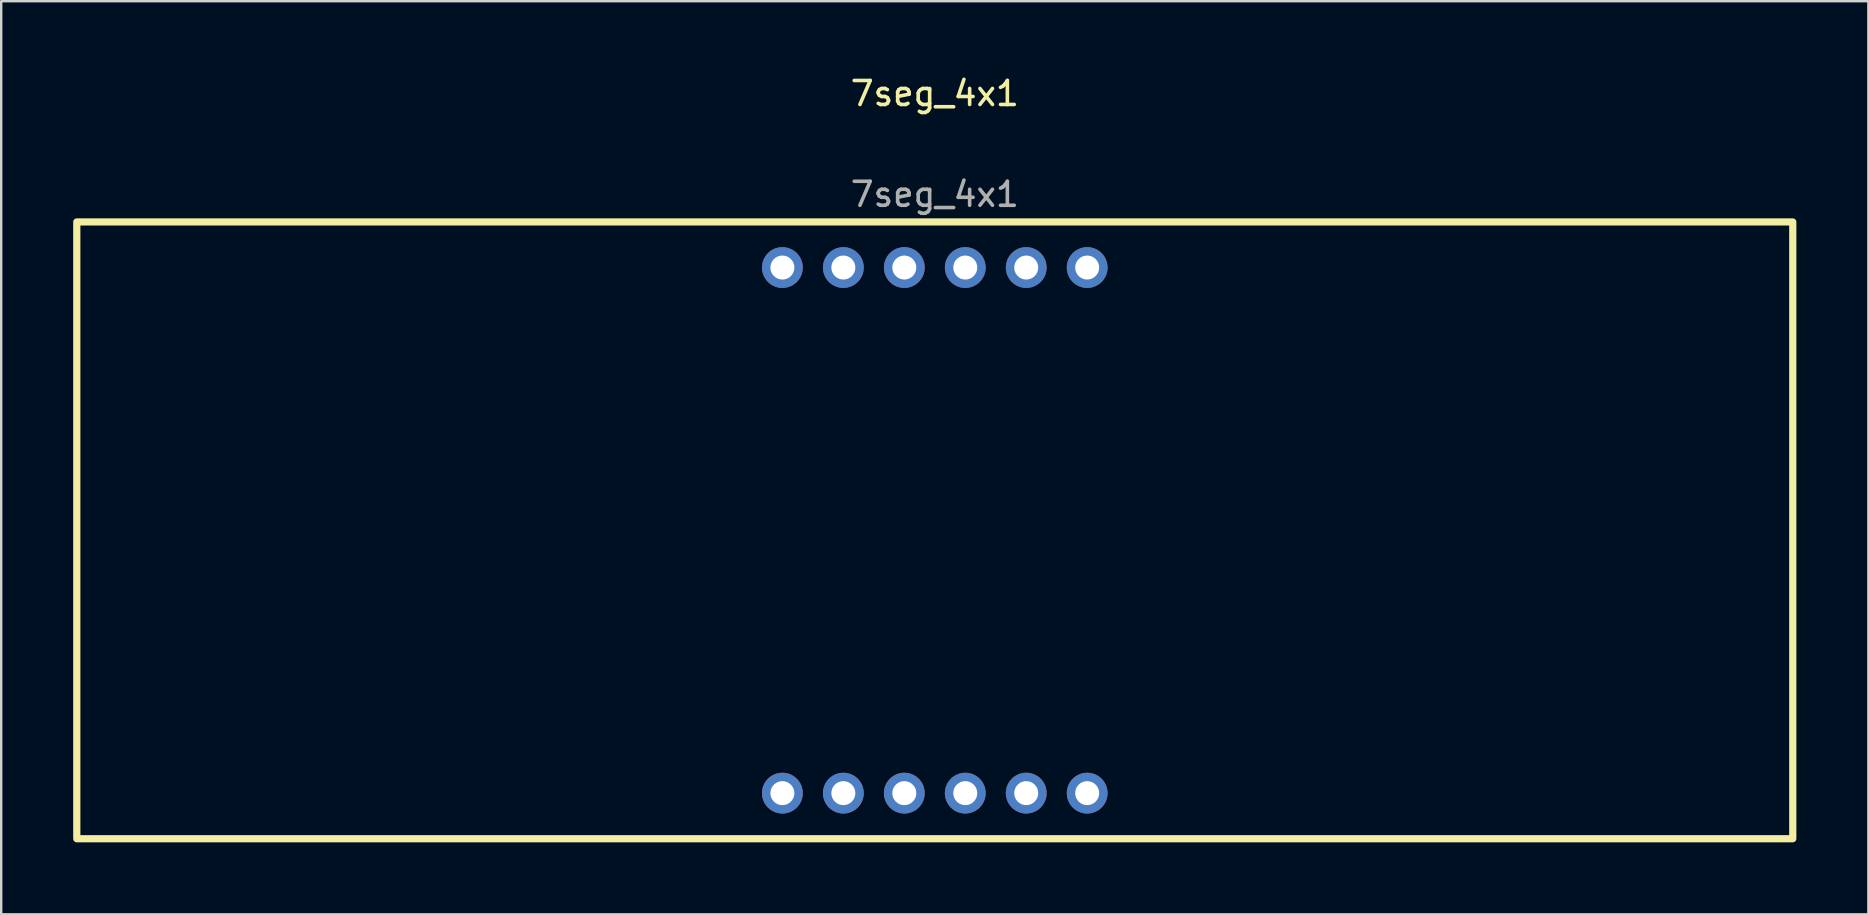
<source format=kicad_pcb>
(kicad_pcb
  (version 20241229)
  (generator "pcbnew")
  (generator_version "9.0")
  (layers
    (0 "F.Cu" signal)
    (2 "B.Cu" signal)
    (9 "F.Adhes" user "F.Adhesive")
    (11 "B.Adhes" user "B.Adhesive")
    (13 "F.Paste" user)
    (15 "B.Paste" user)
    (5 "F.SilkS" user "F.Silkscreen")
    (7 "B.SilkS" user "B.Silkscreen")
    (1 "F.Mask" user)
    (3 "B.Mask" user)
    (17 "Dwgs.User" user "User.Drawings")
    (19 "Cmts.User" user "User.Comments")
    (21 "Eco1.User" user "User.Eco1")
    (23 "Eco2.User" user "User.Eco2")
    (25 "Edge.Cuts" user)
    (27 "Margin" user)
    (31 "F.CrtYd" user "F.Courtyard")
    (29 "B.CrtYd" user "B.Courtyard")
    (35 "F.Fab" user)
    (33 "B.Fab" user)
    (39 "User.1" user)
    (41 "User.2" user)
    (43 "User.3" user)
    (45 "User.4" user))
  (footprint "7seg_4x1"
    (layer "F.Cu")
    (at 35.9 19.048)
    (property "Reference" "7seg_4x1" (at 0 -18.2 0) (unlocked yes) (layer "F.SilkS") (effects (font (size 1 1) (thickness 0.15))))
    (attr through_hole)
    (fp_rect (start -35.75 -12.85) (end 35.75 12.85) (stroke (width 0.3) (type solid)) (fill no) (layer "F.SilkS"))
    (fp_poly (pts (xy 29.518 -0.97) (xy 30.292 -0.045) (xy 29.772 0.42) (xy 29.253 0.885) (xy 25.624 0.883) (xy 21.996 0.882) (xy 21.609 0.419) (xy 21.222 -0.043) (xy 21.742 -0.508) (xy 22.261 -0.973)) (stroke (width 0.1) (type solid)) (fill no) (layer "Eco1.User"))
    (fp_poly (pts (xy -5.965 8.64) (xy -5.45 9.226) (xy -5.818 9.569) (xy -6.185 9.912) (xy -13.946 9.912) (xy -14.247 9.602) (xy -14.378 9.469) (xy -14.457 9.37) (xy -14.469 9.277) (xy -14.402 9.165) (xy -14.241 9.005) (xy -13.972 8.77) (xy -13.715 8.55) (xy -13.141 8.054) (xy -6.479 8.054)) (stroke (width 0.1) (type solid)) (fill no) (layer "Eco1.User"))
    (fp_poly (pts (xy -4.152 -0.044) (xy -4.663 0.417) (xy -5.174 0.878) (xy -8.817 0.882) (xy -12.459 0.885) (xy -12.822 0.452) (xy -13.008 0.217) (xy -13.136 0.032) (xy -13.177 -0.057) (xy -13.111 -0.148) (xy -12.944 -0.319) (xy -12.712 -0.533) (xy -12.689 -0.553) (xy -12.208 -0.974) (xy -4.967 -0.974)) (stroke (width 0.1) (type solid)) (fill no) (layer "Eco1.User"))
    (fp_poly (pts (xy 14.076 -9.69) (xy 14.207 -9.557) (xy 14.286 -9.457) (xy 14.3 -9.363) (xy 14.234 -9.248) (xy 14.077 -9.088) (xy 13.813 -8.856) (xy 13.508 -8.594) (xy 12.985 -8.142) (xy 6.308 -8.142) (xy 5.794 -8.728) (xy 5.279 -9.315) (xy 5.647 -9.658) (xy 6.014 -10.001) (xy 13.775 -10.001)) (stroke (width 0.1) (type solid)) (fill no) (layer "Eco1.User"))
    (fp_poly (pts (xy 12.658 -0.532) (xy 12.843 -0.295) (xy 12.966 -0.108) (xy 12.998 -0.015) (xy 12.921 0.077) (xy 12.747 0.248) (xy 12.512 0.462) (xy 12.501 0.472) (xy 12.033 0.885) (xy 4.796 0.885) (xy 4.388 0.42) (xy 3.981 -0.044) (xy 4.492 -0.505) (xy 5.003 -0.967) (xy 8.646 -0.97) (xy 12.288 -0.974)) (stroke (width 0.1) (type solid)) (fill no) (layer "Eco1.User"))
    (fp_poly (pts (xy -3.143 -9.705) (xy -3.003 -9.51) (xy -2.924 -9.378) (xy -2.918 -9.357) (xy -2.98 -9.28) (xy -3.148 -9.116) (xy -3.394 -8.891) (xy -3.584 -8.724) (xy -4.251 -8.142) (xy -10.903 -8.142) (xy -11.252 -8.518) (xy -11.481 -8.773) (xy -11.685 -9.015) (xy -11.772 -9.128) (xy -11.943 -9.361) (xy -11.553 -9.681) (xy -11.163 -10.001) (xy -3.369 -10.001)) (stroke (width 0.1) (type solid)) (fill no) (layer "Eco1.User"))
    (fp_poly (pts (xy 11.081 8.43) (xy 11.31 8.685) (xy 11.515 8.929) (xy 11.603 9.042) (xy 11.776 9.279) (xy 11.39 9.596) (xy 11.003 9.912) (xy 3.198 9.912) (xy 2.972 9.616) (xy 2.832 9.421) (xy 2.753 9.289) (xy 2.747 9.268) (xy 2.809 9.192) (xy 2.978 9.028) (xy 3.223 8.803) (xy 3.413 8.635) (xy 4.08 8.054) (xy 10.732 8.054)) (stroke (width 0.1) (type solid)) (fill no) (layer "Eco1.User"))
    (fp_poly (pts (xy -23.236 8.607) (xy -23.01 8.867) (xy -22.838 9.079) (xy -22.749 9.207) (xy -22.742 9.225) (xy -22.802 9.318) (xy -22.954 9.483) (xy -23.074 9.599) (xy -23.406 9.907) (xy -27.313 9.91) (xy -31.22 9.912) (xy -31.498 9.595) (xy -31.777 9.278) (xy -31.359 8.909) (xy -31.074 8.663) (xy -30.789 8.423) (xy -30.635 8.297) (xy -30.329 8.054) (xy -23.73 8.054)) (stroke (width 0.1) (type solid)) (fill no) (layer "Eco1.User"))
    (fp_poly (pts (xy 1.059 -5.017) (xy 1.327 -4.914) (xy 1.677 -4.643) (xy 1.89 -4.284) (xy 1.953 -3.873) (xy 1.857 -3.447) (xy 1.816 -3.36) (xy 1.575 -3.072) (xy 1.238 -2.892) (xy 0.854 -2.831) (xy 0.474 -2.896) (xy 0.188 -3.06) (xy -0.069 -3.377) (xy -0.192 -3.751) (xy -0.184 -4.14) (xy -0.05 -4.5) (xy 0.206 -4.79) (xy 0.381 -4.896) (xy 0.744 -5.023)) (stroke (width 0.1) (type solid)) (fill no) (layer "Eco1.User"))
    (fp_poly (pts (xy -0.53 2.769) (xy -0.319 2.869) (xy -0.126 3.039) (xy 0.143 3.384) (xy 0.247 3.733) (xy 0.195 4.12) (xy 0.172 4.19) (xy -0.038 4.557) (xy -0.345 4.808) (xy -0.71 4.929) (xy -1.095 4.906) (xy -1.412 4.762) (xy -1.734 4.453) (xy -1.913 4.081) (xy -1.94 3.683) (xy -1.806 3.292) (xy -1.772 3.236) (xy -1.504 2.942) (xy -1.164 2.785) (xy -0.807 2.747)) (stroke (width 0.1) (type solid)) (fill no) (layer "Eco1.User"))
    (fp_poly (pts (xy -25.84 -0.972) (xy -25.058 -0.97) (xy -24.331 -0.966) (xy -23.678 -0.958) (xy -23.118 -0.949) (xy -22.67 -0.938) (xy -22.353 -0.925) (xy -22.186 -0.911) (xy -22.167 -0.906) (xy -22.063 -0.808) (xy -21.887 -0.621) (xy -21.731 -0.447) (xy -21.384 -0.054) (xy -21.908 0.415) (xy -22.432 0.885) (xy -26.061 0.881) (xy -29.689 0.877) (xy -30.085 0.425) (xy -30.481 -0.027) (xy -29.952 -0.5) (xy -29.424 -0.973)) (stroke (width 0.1) (type solid)) (fill no) (layer "Eco1.User"))
    (fp_poly (pts (xy -20.355 -9.68) (xy -20.205 -9.483) (xy -20.138 -9.338) (xy -20.146 -9.298) (xy -20.242 -9.216) (xy -20.437 -9.046) (xy -20.697 -8.819) (xy -20.847 -8.689) (xy -21.474 -8.142) (xy -28.133 -8.142) (xy -28.44 -8.474) (xy -28.716 -8.784) (xy -28.936 -9.051) (xy -29.076 -9.245) (xy -29.114 -9.328) (xy -29.055 -9.412) (xy -28.903 -9.572) (xy -28.782 -9.687) (xy -28.45 -9.996) (xy -24.543 -9.998) (xy -20.636 -10.001)) (stroke (width 0.1) (type solid)) (fill no) (layer "Eco1.User"))
    (fp_poly (pts (xy 28.449 8.607) (xy 28.675 8.871) (xy 28.847 9.09) (xy 28.935 9.227) (xy 28.941 9.248) (xy 28.877 9.351) (xy 28.716 9.517) (xy 28.593 9.625) (xy 28.247 9.912) (xy 20.48 9.912) (xy 20.242 9.664) (xy 20.088 9.478) (xy 20.008 9.331) (xy 20.004 9.31) (xy 20.073 9.185) (xy 20.266 8.975) (xy 20.564 8.701) (xy 20.947 8.38) (xy 21.029 8.314) (xy 21.356 8.054) (xy 27.955 8.054)) (stroke (width 0.1) (type solid)) (fill no) (layer "Eco1.User"))
    (fp_poly (pts (xy 31.33 -9.68) (xy 31.48 -9.483) (xy 31.547 -9.338) (xy 31.539 -9.298) (xy 31.443 -9.216) (xy 31.248 -9.046) (xy 30.988 -8.819) (xy 30.838 -8.689) (xy 30.211 -8.142) (xy 23.559 -8.142) (xy 23.065 -8.695) (xy 22.839 -8.956) (xy 22.667 -9.168) (xy 22.578 -9.295) (xy 22.571 -9.314) (xy 22.631 -9.406) (xy 22.783 -9.572) (xy 22.903 -9.687) (xy 23.235 -9.996) (xy 27.142 -9.998) (xy 31.049 -10.001)) (stroke (width 0.1) (type solid)) (fill no) (layer "Eco1.User"))
    (fp_poly (pts (xy -28.903 -8.556) (xy -28.407 -7.991) (xy -28.852 -4.77) (xy -28.954 -4.035) (xy -29.048 -3.355) (xy -29.133 -2.751) (xy -29.205 -2.243) (xy -29.261 -1.849) (xy -29.299 -1.591) (xy -29.316 -1.488) (xy -29.316 -1.487) (xy -29.393 -1.393) (xy -29.571 -1.225) (xy -29.812 -1.012) (xy -30.079 -0.788) (xy -30.334 -0.583) (xy -30.54 -0.428) (xy -30.659 -0.356) (xy -30.668 -0.354) (xy -30.776 -0.419) (xy -30.929 -0.582) (xy -30.972 -0.638) (xy -31.182 -0.921) (xy -30.655 -4.721) (xy -30.129 -8.52) (xy -29.4 -9.122)) (stroke (width 0.1) (type solid)) (fill no) (layer "Eco1.User"))
    (fp_poly (pts (xy -30.607 0.244) (xy -30.446 0.412) (xy -30.249 0.645) (xy -30.048 0.902) (xy -29.875 1.143) (xy -29.761 1.328) (xy -29.734 1.403) (xy -29.746 1.522) (xy -29.779 1.795) (xy -29.832 2.202) (xy -29.901 2.722) (xy -29.983 3.334) (xy -30.077 4.017) (xy -30.17 4.691) (xy -30.605 7.832) (xy -31.253 8.428) (xy -31.533 8.68) (xy -31.764 8.88) (xy -31.916 9.001) (xy -31.958 9.025) (xy -32.04 8.962) (xy -32.183 8.802) (xy -32.25 8.718) (xy -32.486 8.408) (xy -31.952 4.591) (xy -31.417 0.773) (xy -31.084 0.479) (xy -30.883 0.309) (xy -30.738 0.201) (xy -30.699 0.181)) (stroke (width 0.1) (type solid)) (fill no) (layer "Eco1.User"))
    (fp_poly (pts (xy -19.815 -9.051) (xy -19.673 -8.891) (xy -19.607 -8.808) (xy -19.372 -8.5) (xy -20.438 -0.862) (xy -20.771 -0.568) (xy -20.972 -0.398) (xy -21.117 -0.289) (xy -21.157 -0.269) (xy -21.235 -0.33) (xy -21.394 -0.496) (xy -21.605 -0.733) (xy -21.666 -0.805) (xy -21.881 -1.078) (xy -22.042 -1.314) (xy -22.119 -1.471) (xy -22.122 -1.491) (xy -22.11 -1.61) (xy -22.077 -1.884) (xy -22.024 -2.291) (xy -21.955 -2.811) (xy -21.873 -3.423) (xy -21.779 -4.105) (xy -21.686 -4.779) (xy -21.251 -7.921) (xy -20.603 -8.517) (xy -20.323 -8.769) (xy -20.092 -8.968) (xy -19.94 -9.089) (xy -19.898 -9.114)) (stroke (width 0.1) (type solid)) (fill no) (layer "Eco1.User"))
    (fp_poly (pts (xy -13.376 0.249) (xy -13.221 0.419) (xy -13.012 0.661) (xy -12.937 0.75) (xy -12.469 1.312) (xy -12.922 4.572) (xy -13.375 7.832) (xy -13.921 8.342) (xy -14.251 8.646) (xy -14.482 8.841) (xy -14.643 8.938) (xy -14.763 8.949) (xy -14.872 8.886) (xy -14.985 8.775) (xy -15.14 8.558) (xy -15.215 8.342) (xy -15.217 8.314) (xy -15.204 8.182) (xy -15.169 7.894) (xy -15.115 7.47) (xy -15.043 6.93) (xy -14.957 6.293) (xy -14.86 5.578) (xy -14.753 4.806) (xy -14.7 4.432) (xy -14.187 0.766) (xy -13.84 0.473) (xy -13.635 0.307) (xy -13.49 0.203) (xy -13.449 0.184)) (stroke (width 0.1) (type solid)) (fill no) (layer "Eco1.User"))
    (fp_poly (pts (xy 21.079 0.243) (xy 21.24 0.413) (xy 21.437 0.646) (xy 21.638 0.904) (xy 21.812 1.146) (xy 21.925 1.329) (xy 21.951 1.403) (xy 21.939 1.522) (xy 21.906 1.795) (xy 21.853 2.202) (xy 21.784 2.722) (xy 21.702 3.334) (xy 21.608 4.017) (xy 21.516 4.691) (xy 21.08 7.832) (xy 20.432 8.428) (xy 20.152 8.68) (xy 19.921 8.88) (xy 19.769 9.001) (xy 19.727 9.025) (xy 19.644 8.963) (xy 19.502 8.802) (xy 19.437 8.719) (xy 19.202 8.411) (xy 19.738 4.603) (xy 20.274 0.795) (xy 20.604 0.489) (xy 20.802 0.313) (xy 20.945 0.201) (xy 20.986 0.179)) (stroke (width 0.1) (type solid)) (fill no) (layer "Eco1.User"))
    (fp_poly (pts (xy 31.87 -9.051) (xy 32.012 -8.891) (xy 32.078 -8.808) (xy 32.313 -8.5) (xy 31.247 -0.862) (xy 30.914 -0.568) (xy 30.714 -0.398) (xy 30.573 -0.29) (xy 30.536 -0.269) (xy 30.462 -0.33) (xy 30.304 -0.494) (xy 30.092 -0.729) (xy 30.027 -0.804) (xy 29.808 -1.075) (xy 29.645 -1.311) (xy 29.566 -1.47) (xy 29.563 -1.491) (xy 29.574 -1.611) (xy 29.608 -1.885) (xy 29.661 -2.293) (xy 29.731 -2.813) (xy 29.814 -3.425) (xy 29.908 -4.108) (xy 30.001 -4.781) (xy 30.44 -7.921) (xy 31.085 -8.517) (xy 31.364 -8.769) (xy 31.594 -8.969) (xy 31.745 -9.09) (xy 31.787 -9.114)) (stroke (width 0.1) (type solid)) (fill no) (layer "Eco1.User"))
    (fp_poly (pts (xy -3.902 0.326) (xy -3.729 0.471) (xy -3.681 0.52) (xy -3.437 0.774) (xy -3.971 4.601) (xy -4.506 8.429) (xy -4.84 8.724) (xy -5.04 8.894) (xy -5.181 9.001) (xy -5.219 9.021) (xy -5.292 8.959) (xy -5.45 8.794) (xy -5.66 8.556) (xy -5.727 8.477) (xy -5.945 8.205) (xy -6.108 7.97) (xy -6.188 7.815) (xy -6.192 7.793) (xy -6.18 7.676) (xy -6.146 7.405) (xy -6.092 6.999) (xy -6.022 6.481) (xy -5.939 5.871) (xy -5.844 5.189) (xy -5.75 4.514) (xy -5.308 1.373) (xy -4.71 0.823) (xy -4.437 0.581) (xy -4.207 0.392) (xy -4.054 0.284) (xy -4.018 0.27)) (stroke (width 0.1) (type solid)) (fill no) (layer "Eco1.User"))
    (fp_poly (pts (xy 4.173 0.62) (xy 4.398 0.876) (xy 4.579 1.095) (xy 4.68 1.233) (xy 4.683 1.239) (xy 4.684 1.348) (xy 4.664 1.607) (xy 4.624 1.993) (xy 4.568 2.483) (xy 4.499 3.053) (xy 4.421 3.678) (xy 4.337 4.336) (xy 4.249 5.002) (xy 4.161 5.653) (xy 4.075 6.264) (xy 3.996 6.813) (xy 3.926 7.275) (xy 3.868 7.626) (xy 3.826 7.844) (xy 3.806 7.904) (xy 3.337 8.319) (xy 2.961 8.646) (xy 2.686 8.876) (xy 2.524 9) (xy 2.484 9.021) (xy 2.404 8.955) (xy 2.259 8.798) (xy 2.202 8.731) (xy 1.967 8.447) (xy 3.025 0.841) (xy 3.379 0.487) (xy 3.733 0.133)) (stroke (width 0.1) (type solid)) (fill no) (layer "Eco1.User"))
    (fp_poly (pts (xy -11.761 -8.673) (xy -11.536 -8.417) (xy -11.354 -8.197) (xy -11.253 -8.06) (xy -11.249 -8.054) (xy -11.243 -7.935) (xy -11.262 -7.657) (xy -11.304 -7.238) (xy -11.366 -6.694) (xy -11.448 -6.042) (xy -11.547 -5.298) (xy -11.629 -4.701) (xy -12.081 -1.482) (xy -12.699 -0.92) (xy -12.978 -0.676) (xy -13.215 -0.484) (xy -13.376 -0.373) (xy -13.419 -0.356) (xy -13.537 -0.417) (xy -13.703 -0.572) (xy -13.751 -0.626) (xy -13.917 -0.896) (xy -13.937 -1.091) (xy -13.916 -1.218) (xy -13.874 -1.501) (xy -13.813 -1.92) (xy -13.737 -2.456) (xy -13.648 -3.088) (xy -13.549 -3.796) (xy -13.443 -4.562) (xy -13.401 -4.868) (xy -12.908 -8.452) (xy -12.554 -8.806) (xy -12.201 -9.16)) (stroke (width 0.1) (type solid)) (fill no) (layer "Eco1.User"))
    (fp_poly (pts (xy -21.08 0.331) (xy -20.927 0.493) (xy -20.884 0.549) (xy -20.675 0.832) (xy -21.189 4.553) (xy -21.3 5.349) (xy -21.406 6.092) (xy -21.505 6.766) (xy -21.593 7.349) (xy -21.667 7.825) (xy -21.725 8.173) (xy -21.764 8.375) (xy -21.776 8.416) (xy -21.889 8.556) (xy -22.085 8.735) (xy -22.156 8.791) (xy -22.463 9.026) (xy -23.449 7.902) (xy -23.005 4.681) (xy -22.903 3.946) (xy -22.808 3.267) (xy -22.724 2.663) (xy -22.652 2.154) (xy -22.595 1.761) (xy -22.557 1.502) (xy -22.541 1.399) (xy -22.54 1.399) (xy -22.463 1.305) (xy -22.285 1.136) (xy -22.043 0.923) (xy -21.776 0.699) (xy -21.521 0.494) (xy -21.316 0.34) (xy -21.197 0.268) (xy -21.188 0.266)) (stroke (width 0.1) (type solid)) (fill no) (layer "Eco1.User"))
    (fp_poly (pts (xy 14.8 -8.86) (xy 14.957 -8.638) (xy 15.041 -8.429) (xy 15.046 -8.384) (xy 15.033 -8.256) (xy 14.999 -7.972) (xy 14.944 -7.552) (xy 14.873 -7.015) (xy 14.787 -6.381) (xy 14.69 -5.668) (xy 14.583 -4.897) (xy 14.531 -4.521) (xy 14.018 -0.856) (xy 13.67 -0.562) (xy 13.465 -0.396) (xy 13.319 -0.291) (xy 13.278 -0.272) (xy 13.205 -0.337) (xy 13.05 -0.507) (xy 12.841 -0.749) (xy 12.768 -0.836) (xy 12.302 -1.396) (xy 12.746 -4.583) (xy 12.847 -5.315) (xy 12.941 -5.993) (xy 13.024 -6.596) (xy 13.092 -7.104) (xy 13.145 -7.497) (xy 13.178 -7.755) (xy 13.19 -7.857) (xy 13.253 -7.949) (xy 13.422 -8.126) (xy 13.669 -8.361) (xy 13.871 -8.541) (xy 14.552 -9.138)) (stroke (width 0.1) (type solid)) (fill no) (layer "Eco1.User"))
    (fp_poly (pts (xy 30.622 0.332) (xy 30.775 0.496) (xy 30.812 0.546) (xy 31.012 0.827) (xy 30.497 4.551) (xy 30.386 5.346) (xy 30.28 6.09) (xy 30.181 6.764) (xy 30.093 7.348) (xy 30.018 7.824) (xy 29.96 8.172) (xy 29.921 8.374) (xy 29.909 8.416) (xy 29.796 8.556) (xy 29.6 8.735) (xy 29.529 8.791) (xy 29.222 9.026) (xy 28.727 8.462) (xy 28.232 7.898) (xy 28.676 4.723) (xy 28.778 3.992) (xy 28.874 3.313) (xy 28.959 2.709) (xy 29.032 2.2) (xy 29.088 1.805) (xy 29.126 1.546) (xy 29.142 1.442) (xy 29.218 1.335) (xy 29.396 1.154) (xy 29.638 0.93) (xy 29.908 0.698) (xy 30.166 0.488) (xy 30.377 0.333) (xy 30.502 0.266) (xy 30.508 0.266)) (stroke (width 0.1) (type solid)) (fill no) (layer "Eco1.User"))
    (fp_poly (pts (xy 22.783 -8.554) (xy 23.278 -7.991) (xy 22.833 -4.77) (xy 22.731 -4.035) (xy 22.637 -3.355) (xy 22.552 -2.751) (xy 22.48 -2.243) (xy 22.424 -1.849) (xy 22.386 -1.591) (xy 22.369 -1.488) (xy 22.369 -1.487) (xy 22.292 -1.393) (xy 22.114 -1.225) (xy 21.873 -1.012) (xy 21.606 -0.788) (xy 21.351 -0.583) (xy 21.145 -0.428) (xy 21.026 -0.356) (xy 21.017 -0.354) (xy 20.908 -0.419) (xy 20.756 -0.581) (xy 20.715 -0.635) (xy 20.507 -0.917) (xy 21.014 -4.596) (xy 21.123 -5.387) (xy 21.227 -6.127) (xy 21.321 -6.796) (xy 21.405 -7.377) (xy 21.473 -7.848) (xy 21.525 -8.192) (xy 21.557 -8.389) (xy 21.564 -8.426) (xy 21.656 -8.568) (xy 21.84 -8.756) (xy 21.948 -8.847) (xy 22.289 -9.117)) (stroke (width 0.1) (type solid)) (fill no) (layer "Eco1.User"))
    (fp_poly (pts (xy 13.399 0.339) (xy 13.565 0.516) (xy 13.703 0.738) (xy 13.769 0.942) (xy 13.767 1.002) (xy 13.746 1.13) (xy 13.703 1.413) (xy 13.643 1.832) (xy 13.567 2.367) (xy 13.477 2.999) (xy 13.378 3.708) (xy 13.272 4.474) (xy 13.23 4.779) (xy 13.107 5.667) (xy 13.005 6.397) (xy 12.92 6.986) (xy 12.849 7.45) (xy 12.789 7.806) (xy 12.737 8.072) (xy 12.689 8.265) (xy 12.642 8.4) (xy 12.593 8.497) (xy 12.538 8.571) (xy 12.498 8.614) (xy 12.278 8.833) (xy 12.111 8.938) (xy 11.956 8.923) (xy 11.776 8.782) (xy 11.53 8.509) (xy 11.489 8.462) (xy 11.01 7.9) (xy 11.46 4.645) (xy 11.911 1.389) (xy 12.528 0.828) (xy 12.807 0.584) (xy 13.044 0.393) (xy 13.205 0.283) (xy 13.248 0.266)) (stroke (width 0.1) (type solid)) (fill no) (layer "Eco1.User"))
    (fp_poly (pts (xy 5.161 -9.006) (xy 5.326 -8.836) (xy 5.526 -8.603) (xy 5.728 -8.348) (xy 5.897 -8.112) (xy 6.003 -7.938) (xy 6.021 -7.88) (xy 6.009 -7.764) (xy 5.975 -7.493) (xy 5.921 -7.088) (xy 5.851 -6.57) (xy 5.768 -5.959) (xy 5.673 -5.277) (xy 5.579 -4.602) (xy 5.477 -3.879) (xy 5.384 -3.214) (xy 5.301 -2.627) (xy 5.232 -2.138) (xy 5.18 -1.766) (xy 5.147 -1.53) (xy 5.136 -1.451) (xy 5.073 -1.383) (xy 4.908 -1.236) (xy 4.677 -1.039) (xy 4.419 -0.822) (xy 4.168 -0.617) (xy 3.962 -0.454) (xy 3.838 -0.363) (xy 3.819 -0.354) (xy 3.721 -0.412) (xy 3.56 -0.557) (xy 3.51 -0.608) (xy 3.266 -0.863) (xy 3.8 -4.694) (xy 4.334 -8.525) (xy 4.666 -8.798) (xy 4.872 -8.958) (xy 5.023 -9.056) (xy 5.063 -9.071)) (stroke (width 0.1) (type solid)) (fill no) (layer "Eco1.User"))
    (fp_poly (pts (xy -2.393 -8.835) (xy -2.207 -8.583) (xy -2.159 -8.369) (xy -2.165 -8.319) (xy -2.186 -8.185) (xy -2.228 -7.896) (xy -2.289 -7.471) (xy -2.365 -6.931) (xy -2.455 -6.295) (xy -2.554 -5.582) (xy -2.661 -4.814) (xy -2.703 -4.514) (xy -3.2 -0.929) (xy -3.519 -0.597) (xy -3.711 -0.41) (xy -3.855 -0.289) (xy -3.9 -0.266) (xy -3.983 -0.328) (xy -4.148 -0.494) (xy -4.364 -0.731) (xy -4.431 -0.807) (xy -4.679 -1.109) (xy -4.82 -1.33) (xy -4.878 -1.511) (xy -4.881 -1.625) (xy -4.864 -1.777) (xy -4.826 -2.081) (xy -4.769 -2.516) (xy -4.696 -3.059) (xy -4.61 -3.687) (xy -4.514 -4.379) (xy -4.435 -4.945) (xy -4.319 -5.767) (xy -4.222 -6.432) (xy -4.142 -6.956) (xy -4.075 -7.357) (xy -4.018 -7.654) (xy -3.966 -7.862) (xy -3.918 -8.001) (xy -3.87 -8.087) (xy -3.827 -8.131) (xy -3.67 -8.261) (xy -3.43 -8.463) (xy -3.16 -8.696) (xy -3.153 -8.702) (xy -2.662 -9.129)) (stroke (width 0.1) (type solid)) (fill no) (layer "Eco1.User"))
    (fp_text user "${REFERENCE}" (at 0 -14 0) (unlocked yes) (layer "F.Fab") (effects (font (size 1 1) (thickness 0.15))))
    (pad "1" thru_hole circle (at -6.35 10.95) (size 1.7 1.7) (drill 1) (layers "*.Cu" "*.Mask"))
    (pad "2" thru_hole circle (at -3.81 10.95) (size 1.7 1.7) (drill 1) (layers "*.Cu" "*.Mask"))
    (pad "3" thru_hole circle (at -1.27 10.95) (size 1.7 1.7) (drill 1) (layers "*.Cu" "*.Mask"))
    (pad "4" thru_hole circle (at 1.27 10.95) (size 1.7 1.7) (drill 1) (layers "*.Cu" "*.Mask"))
    (pad "5" thru_hole circle (at 3.81 10.95) (size 1.7 1.7) (drill 1) (layers "*.Cu" "*.Mask"))
    (pad "6" thru_hole circle (at 6.35 10.95) (size 1.7 1.7) (drill 1) (layers "*.Cu" "*.Mask"))
    (pad "7" thru_hole circle (at 6.35 -10.95) (size 1.7 1.7) (drill 1) (layers "*.Cu" "*.Mask"))
    (pad "8" thru_hole circle (at 3.81 -10.95) (size 1.7 1.7) (drill 1) (layers "*.Cu" "*.Mask"))
    (pad "9" thru_hole circle (at 1.27 -10.95) (size 1.7 1.7) (drill 1) (layers "*.Cu" "*.Mask"))
    (pad "10" thru_hole circle (at -1.27 -10.95) (size 1.7 1.7) (drill 1) (layers "*.Cu" "*.Mask"))
    (pad "11" thru_hole circle (at -3.81 -10.95) (size 1.7 1.7) (drill 1) (layers "*.Cu" "*.Mask"))
    (pad "12" thru_hole circle (at -6.35 -10.95) (size 1.7 1.7) (drill 1) (layers "*.Cu" "*.Mask")))
  (gr_rect
    (start -3 -3)
    (end 74.8 35.048)
    (stroke (width 0.1) (type default))
    (fill no)
    (layer "Edge.Cuts")))
</source>
